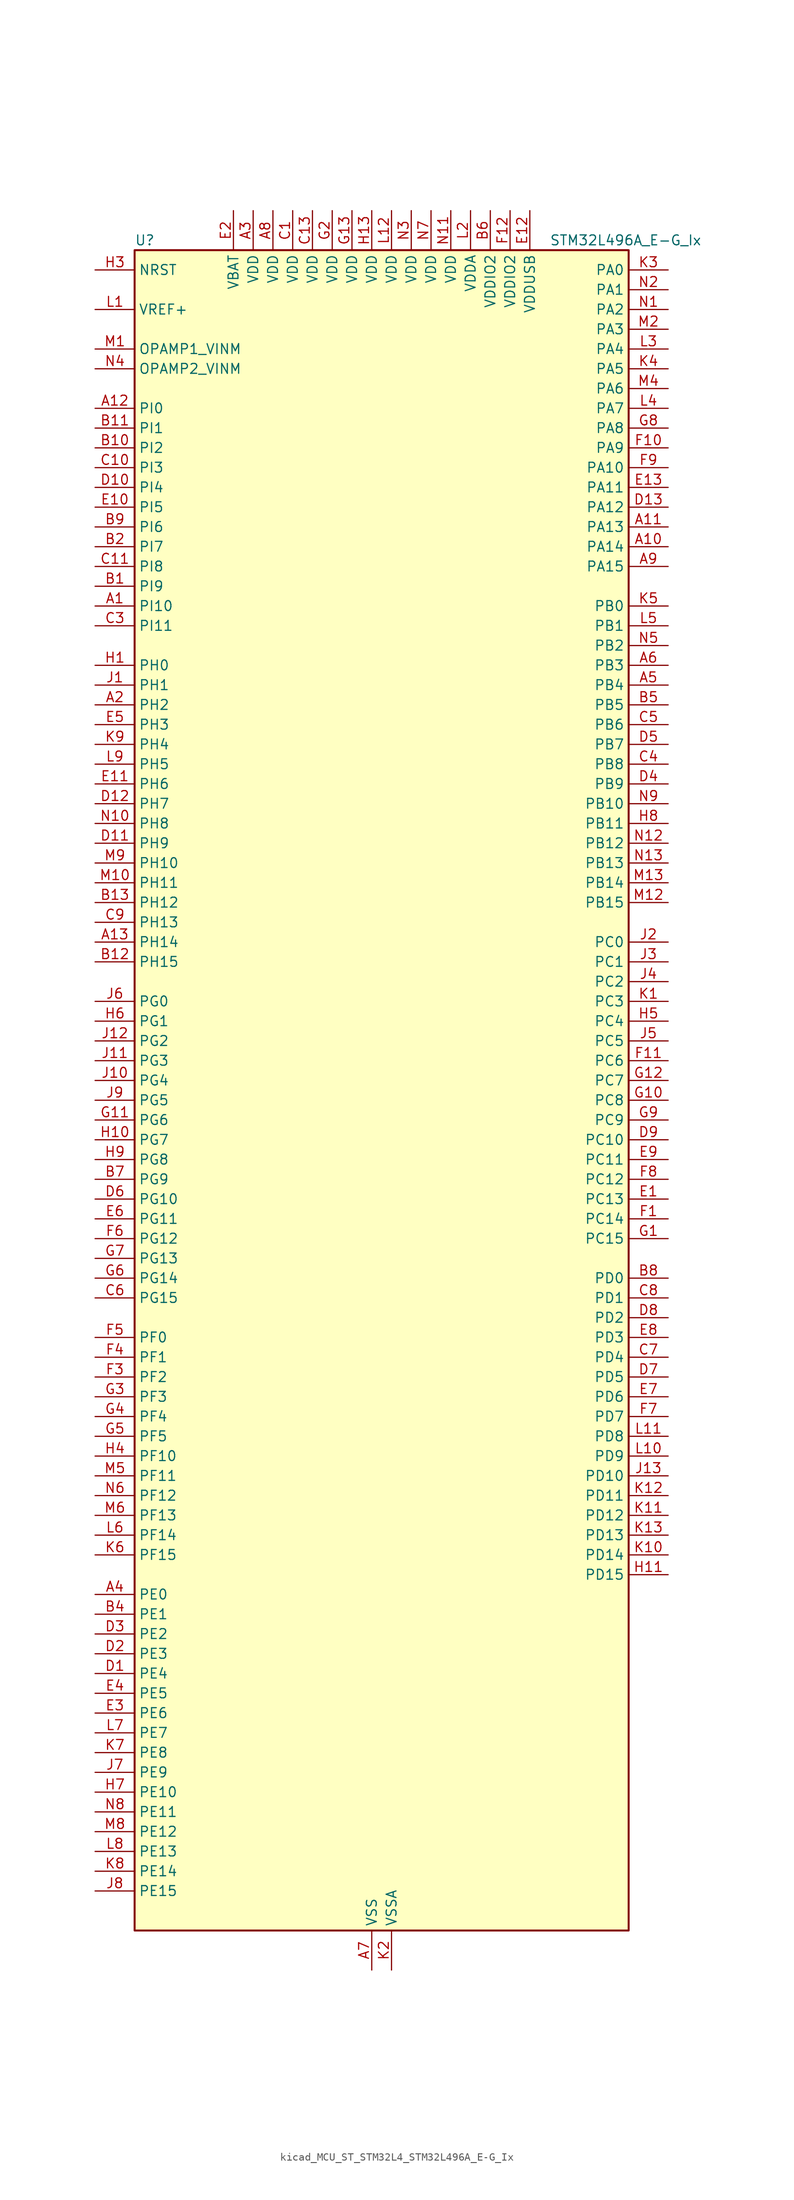
<source format=kicad_sym>
(kicad_symbol_lib
  (version 20220914)
  (generator kicad_symbol_editor)
  (symbol "kicad_MCU_ST_STM32L4_STM32L496A_E-G_Ix"
    (property "Reference" "U"
      (at -30.48 110.49 0)
      (effects (font (size 1.27 1.27)) (justify left)))
    (property "Value" "STM32L496A_E-G_Ix"
      (at 22.86 110.49 0)
      (effects (font (size 1.27 1.27)) (justify left)))
    (property "ki_locked" ""
      (at 0 0 0)
      (effects (font (size 1.27 1.27))))
    (symbol "kicad_MCU_ST_STM32L4_STM32L496A_E-G_Ix_0_1"
      (rectangle (start -30.48 -106.68) (end 33.02 109.22) (stroke (width 0.254) (type default)) (fill (type background))))
    (symbol "kicad_MCU_ST_STM32L4_STM32L496A_E-G_Ix_1_1"
      (pin bidirectional line (at -35.56 63.5 0) (length 5.08) (name "PI10" (effects (font (size 1.27 1.27)))) (number "A1" (effects (font (size 1.27 1.27)))))
      (pin bidirectional line (at 38.1 71.12 180) (length 5.08) (name "PA14" (effects (font (size 1.27 1.27)))) (number "A10" (effects (font (size 1.27 1.27)))) (alternate "I2C1_SMBA" bidirectional line) (alternate "I2C4_SMBA" bidirectional line) (alternate "LPTIM1_OUT" bidirectional line) (alternate "SAI1_FS_B" bidirectional line) (alternate "SWPMI1_RX" bidirectional line) (alternate "SYS_JTCK-SWCLK" bidirectional line) (alternate "USB_OTG_FS_SOF" bidirectional line))
      (pin bidirectional line (at 38.1 73.66 180) (length 5.08) (name "PA13" (effects (font (size 1.27 1.27)))) (number "A11" (effects (font (size 1.27 1.27)))) (alternate "IR_OUT" bidirectional line) (alternate "SAI1_SD_B" bidirectional line) (alternate "SWPMI1_TX" bidirectional line) (alternate "SYS_JTMS-SWDIO" bidirectional line) (alternate "USB_OTG_FS_NOE" bidirectional line))
      (pin bidirectional line (at -35.56 88.9 0) (length 5.08) (name "PI0" (effects (font (size 1.27 1.27)))) (number "A12" (effects (font (size 1.27 1.27)))) (alternate "DCMI_D13" bidirectional line) (alternate "SPI2_NSS" bidirectional line) (alternate "TIM5_CH4" bidirectional line))
      (pin bidirectional line (at -35.56 20.32 0) (length 5.08) (name "PH14" (effects (font (size 1.27 1.27)))) (number "A13" (effects (font (size 1.27 1.27)))) (alternate "DCMI_D4" bidirectional line) (alternate "TIM8_CH2N" bidirectional line))
      (pin bidirectional line (at -35.56 50.8 0) (length 5.08) (name "PH2" (effects (font (size 1.27 1.27)))) (number "A2" (effects (font (size 1.27 1.27)))) (alternate "QUADSPI_BK2_IO0" bidirectional line))
      (pin power_in line (at -15.24 114.3 270) (length 5.08) (name "VDD" (effects (font (size 1.27 1.27)))) (number "A3" (effects (font (size 1.27 1.27)))))
      (pin bidirectional line (at -35.56 -63.5 0) (length 5.08) (name "PE0" (effects (font (size 1.27 1.27)))) (number "A4" (effects (font (size 1.27 1.27)))) (alternate "DCMI_D2" bidirectional line) (alternate "FMC_NBL0" bidirectional line) (alternate "LCD_SEG36" bidirectional line) (alternate "TIM16_CH1" bidirectional line) (alternate "TIM4_ETR" bidirectional line))
      (pin bidirectional line (at 38.1 53.34 180) (length 5.08) (name "PB4" (effects (font (size 1.27 1.27)))) (number "A5" (effects (font (size 1.27 1.27)))) (alternate "COMP2_INP" bidirectional line) (alternate "DCMI_D12" bidirectional line) (alternate "I2C3_SDA" bidirectional line) (alternate "LCD_SEG8" bidirectional line) (alternate "SAI1_MCLK_B" bidirectional line) (alternate "SPI1_MISO" bidirectional line) (alternate "SPI3_MISO" bidirectional line) (alternate "SYS_JTRST" bidirectional line) (alternate "TIM17_BKIN" bidirectional line) (alternate "TIM3_CH1" bidirectional line) (alternate "TSC_G2_IO1" bidirectional line) (alternate "UART5_DE" bidirectional line) (alternate "UART5_RTS" bidirectional line) (alternate "USART1_CTS" bidirectional line))
      (pin bidirectional line (at 38.1 55.88 180) (length 5.08) (name "PB3" (effects (font (size 1.27 1.27)))) (number "A6" (effects (font (size 1.27 1.27)))) (alternate "COMP2_INM" bidirectional line) (alternate "CRS_SYNC" bidirectional line) (alternate "LCD_SEG7" bidirectional line) (alternate "SAI1_SCK_B" bidirectional line) (alternate "SPI1_SCK" bidirectional line) (alternate "SPI3_SCK" bidirectional line) (alternate "SYS_JTDO-SWO" bidirectional line) (alternate "TIM2_CH2" bidirectional line) (alternate "USART1_DE" bidirectional line) (alternate "USART1_RTS" bidirectional line))
      (pin power_in line (at 0 -111.76 90) (length 5.08) (name "VSS" (effects (font (size 1.27 1.27)))) (number "A7" (effects (font (size 1.27 1.27)))))
      (pin power_in line (at -12.7 114.3 270) (length 5.08) (name "VDD" (effects (font (size 1.27 1.27)))) (number "A8" (effects (font (size 1.27 1.27)))))
      (pin bidirectional line (at 38.1 68.58 180) (length 5.08) (name "PA15" (effects (font (size 1.27 1.27)))) (number "A9" (effects (font (size 1.27 1.27)))) (alternate "ADC1_EXTI15" bidirectional line) (alternate "ADC2_EXTI15" bidirectional line) (alternate "ADC3_EXTI15" bidirectional line) (alternate "LCD_SEG17" bidirectional line) (alternate "SAI2_FS_B" bidirectional line) (alternate "SPI1_NSS" bidirectional line) (alternate "SPI3_NSS" bidirectional line) (alternate "SWPMI1_SUSPEND" bidirectional line) (alternate "SYS_JTDI" bidirectional line) (alternate "TIM2_CH1" bidirectional line) (alternate "TIM2_ETR" bidirectional line) (alternate "TSC_G3_IO1" bidirectional line) (alternate "UART4_DE" bidirectional line) (alternate "UART4_RTS" bidirectional line) (alternate "USART2_RX" bidirectional line) (alternate "USART3_DE" bidirectional line) (alternate "USART3_RTS" bidirectional line))
      (pin bidirectional line (at -35.56 66.04 0) (length 5.08) (name "PI9" (effects (font (size 1.27 1.27)))) (number "B1" (effects (font (size 1.27 1.27)))) (alternate "CAN1_RX" bidirectional line) (alternate "DAC1_EXTI9" bidirectional line))
      (pin bidirectional line (at -35.56 83.82 0) (length 5.08) (name "PI2" (effects (font (size 1.27 1.27)))) (number "B10" (effects (font (size 1.27 1.27)))) (alternate "DCMI_D9" bidirectional line) (alternate "SPI2_MISO" bidirectional line) (alternate "TIM8_CH4" bidirectional line))
      (pin bidirectional line (at -35.56 86.36 0) (length 5.08) (name "PI1" (effects (font (size 1.27 1.27)))) (number "B11" (effects (font (size 1.27 1.27)))) (alternate "DCMI_D8" bidirectional line) (alternate "SPI2_SCK" bidirectional line))
      (pin bidirectional line (at -35.56 17.78 0) (length 5.08) (name "PH15" (effects (font (size 1.27 1.27)))) (number "B12" (effects (font (size 1.27 1.27)))) (alternate "ADC1_EXTI15" bidirectional line) (alternate "ADC2_EXTI15" bidirectional line) (alternate "ADC3_EXTI15" bidirectional line) (alternate "DCMI_D11" bidirectional line) (alternate "TIM8_CH3N" bidirectional line))
      (pin bidirectional line (at -35.56 25.4 0) (length 5.08) (name "PH12" (effects (font (size 1.27 1.27)))) (number "B13" (effects (font (size 1.27 1.27)))) (alternate "DCMI_D3" bidirectional line) (alternate "TIM5_CH3" bidirectional line))
      (pin bidirectional line (at -35.56 71.12 0) (length 5.08) (name "PI7" (effects (font (size 1.27 1.27)))) (number "B2" (effects (font (size 1.27 1.27)))) (alternate "DCMI_D7" bidirectional line) (alternate "TIM8_CH3" bidirectional line))
      (pin passive line (at 0 -111.76 90) (length 5.08) hide (name "VSS" (effects (font (size 1.27 1.27)))) (number "B3" (effects (font (size 1.27 1.27)))))
      (pin bidirectional line (at -35.56 -66.04 0) (length 5.08) (name "PE1" (effects (font (size 1.27 1.27)))) (number "B4" (effects (font (size 1.27 1.27)))) (alternate "DCMI_D3" bidirectional line) (alternate "FMC_NBL1" bidirectional line) (alternate "LCD_SEG37" bidirectional line) (alternate "TIM17_CH1" bidirectional line))
      (pin bidirectional line (at 38.1 50.8 180) (length 5.08) (name "PB5" (effects (font (size 1.27 1.27)))) (number "B5" (effects (font (size 1.27 1.27)))) (alternate "CAN2_RX" bidirectional line) (alternate "COMP2_OUT" bidirectional line) (alternate "DCMI_D10" bidirectional line) (alternate "I2C1_SMBA" bidirectional line) (alternate "LCD_SEG9" bidirectional line) (alternate "LPTIM1_IN1" bidirectional line) (alternate "SAI1_SD_B" bidirectional line) (alternate "SPI1_MOSI" bidirectional line) (alternate "SPI3_MOSI" bidirectional line) (alternate "TIM16_BKIN" bidirectional line) (alternate "TIM3_CH2" bidirectional line) (alternate "TSC_G2_IO2" bidirectional line) (alternate "UART5_CTS" bidirectional line) (alternate "USART1_CK" bidirectional line))
      (pin power_in line (at 15.24 114.3 270) (length 5.08) (name "VDDIO2" (effects (font (size 1.27 1.27)))) (number "B6" (effects (font (size 1.27 1.27)))))
      (pin bidirectional line (at -35.56 -10.16 0) (length 5.08) (name "PG9" (effects (font (size 1.27 1.27)))) (number "B7" (effects (font (size 1.27 1.27)))) (alternate "DAC1_EXTI9" bidirectional line) (alternate "FMC_NCE" bidirectional line) (alternate "FMC_NE2" bidirectional line) (alternate "SAI2_SCK_A" bidirectional line) (alternate "SPI3_SCK" bidirectional line) (alternate "TIM15_CH1N" bidirectional line) (alternate "USART1_TX" bidirectional line))
      (pin bidirectional line (at 38.1 -22.86 180) (length 5.08) (name "PD0" (effects (font (size 1.27 1.27)))) (number "B8" (effects (font (size 1.27 1.27)))) (alternate "CAN1_RX" bidirectional line) (alternate "DFSDM1_DATIN7" bidirectional line) (alternate "FMC_D2" bidirectional line) (alternate "FMC_DA2" bidirectional line) (alternate "SPI2_NSS" bidirectional line))
      (pin bidirectional line (at -35.56 73.66 0) (length 5.08) (name "PI6" (effects (font (size 1.27 1.27)))) (number "B9" (effects (font (size 1.27 1.27)))) (alternate "DCMI_D6" bidirectional line) (alternate "TIM8_CH2" bidirectional line))
      (pin power_in line (at -10.16 114.3 270) (length 5.08) (name "VDD" (effects (font (size 1.27 1.27)))) (number "C1" (effects (font (size 1.27 1.27)))))
      (pin bidirectional line (at -35.56 81.28 0) (length 5.08) (name "PI3" (effects (font (size 1.27 1.27)))) (number "C10" (effects (font (size 1.27 1.27)))) (alternate "DCMI_D10" bidirectional line) (alternate "SPI2_MOSI" bidirectional line) (alternate "TIM8_ETR" bidirectional line))
      (pin bidirectional line (at -35.56 68.58 0) (length 5.08) (name "PI8" (effects (font (size 1.27 1.27)))) (number "C11" (effects (font (size 1.27 1.27)))) (alternate "DCMI_D12" bidirectional line))
      (pin passive line (at 0 -111.76 90) (length 5.08) hide (name "VSS" (effects (font (size 1.27 1.27)))) (number "C12" (effects (font (size 1.27 1.27)))))
      (pin power_in line (at -7.62 114.3 270) (length 5.08) (name "VDD" (effects (font (size 1.27 1.27)))) (number "C13" (effects (font (size 1.27 1.27)))))
      (pin passive line (at 0 -111.76 90) (length 5.08) hide (name "VSS" (effects (font (size 1.27 1.27)))) (number "C2" (effects (font (size 1.27 1.27)))))
      (pin bidirectional line (at -35.56 60.96 0) (length 5.08) (name "PI11" (effects (font (size 1.27 1.27)))) (number "C3" (effects (font (size 1.27 1.27)))) (alternate "ADC1_EXTI11" bidirectional line) (alternate "ADC2_EXTI11" bidirectional line) (alternate "ADC3_EXTI11" bidirectional line))
      (pin bidirectional line (at 38.1 43.18 180) (length 5.08) (name "PB8" (effects (font (size 1.27 1.27)))) (number "C4" (effects (font (size 1.27 1.27)))) (alternate "CAN1_RX" bidirectional line) (alternate "DCMI_D6" bidirectional line) (alternate "DFSDM1_DATIN6" bidirectional line) (alternate "I2C1_SCL" bidirectional line) (alternate "LCD_SEG16" bidirectional line) (alternate "SAI1_MCLK_A" bidirectional line) (alternate "SDMMC1_D4" bidirectional line) (alternate "TIM16_CH1" bidirectional line) (alternate "TIM4_CH3" bidirectional line))
      (pin bidirectional line (at 38.1 48.26 180) (length 5.08) (name "PB6" (effects (font (size 1.27 1.27)))) (number "C5" (effects (font (size 1.27 1.27)))) (alternate "CAN2_TX" bidirectional line) (alternate "COMP2_INP" bidirectional line) (alternate "DCMI_D5" bidirectional line) (alternate "DFSDM1_DATIN5" bidirectional line) (alternate "I2C1_SCL" bidirectional line) (alternate "I2C4_SCL" bidirectional line) (alternate "LPTIM1_ETR" bidirectional line) (alternate "SAI1_FS_B" bidirectional line) (alternate "TIM16_CH1N" bidirectional line) (alternate "TIM4_CH1" bidirectional line) (alternate "TIM8_BKIN2" bidirectional line) (alternate "TIM8_BKIN2_COMP2" bidirectional line) (alternate "TSC_G2_IO3" bidirectional line) (alternate "USART1_TX" bidirectional line))
      (pin bidirectional line (at -35.56 -25.4 0) (length 5.08) (name "PG15" (effects (font (size 1.27 1.27)))) (number "C6" (effects (font (size 1.27 1.27)))) (alternate "ADC1_EXTI15" bidirectional line) (alternate "ADC2_EXTI15" bidirectional line) (alternate "ADC3_EXTI15" bidirectional line) (alternate "DCMI_D13" bidirectional line) (alternate "I2C1_SMBA" bidirectional line) (alternate "LPTIM1_OUT" bidirectional line))
      (pin bidirectional line (at 38.1 -33.02 180) (length 5.08) (name "PD4" (effects (font (size 1.27 1.27)))) (number "C7" (effects (font (size 1.27 1.27)))) (alternate "DFSDM1_CKIN0" bidirectional line) (alternate "FMC_NOE" bidirectional line) (alternate "QUADSPI_BK2_IO0" bidirectional line) (alternate "SPI2_MOSI" bidirectional line) (alternate "USART2_DE" bidirectional line) (alternate "USART2_RTS" bidirectional line))
      (pin bidirectional line (at 38.1 -25.4 180) (length 5.08) (name "PD1" (effects (font (size 1.27 1.27)))) (number "C8" (effects (font (size 1.27 1.27)))) (alternate "CAN1_TX" bidirectional line) (alternate "DFSDM1_CKIN7" bidirectional line) (alternate "FMC_D3" bidirectional line) (alternate "FMC_DA3" bidirectional line) (alternate "SPI2_SCK" bidirectional line))
      (pin bidirectional line (at -35.56 22.86 0) (length 5.08) (name "PH13" (effects (font (size 1.27 1.27)))) (number "C9" (effects (font (size 1.27 1.27)))) (alternate "CAN1_TX" bidirectional line) (alternate "TIM8_CH1N" bidirectional line))
      (pin bidirectional line (at -35.56 -73.66 0) (length 5.08) (name "PE4" (effects (font (size 1.27 1.27)))) (number "D1" (effects (font (size 1.27 1.27)))) (alternate "DCMI_D4" bidirectional line) (alternate "DFSDM1_DATIN3" bidirectional line) (alternate "FMC_A20" bidirectional line) (alternate "SAI1_FS_A" bidirectional line) (alternate "SYS_TRACED1" bidirectional line) (alternate "TIM3_CH2" bidirectional line) (alternate "TSC_G7_IO3" bidirectional line))
      (pin bidirectional line (at -35.56 78.74 0) (length 5.08) (name "PI4" (effects (font (size 1.27 1.27)))) (number "D10" (effects (font (size 1.27 1.27)))) (alternate "DCMI_D5" bidirectional line) (alternate "TIM8_BKIN" bidirectional line))
      (pin bidirectional line (at -35.56 33.02 0) (length 5.08) (name "PH9" (effects (font (size 1.27 1.27)))) (number "D11" (effects (font (size 1.27 1.27)))) (alternate "DAC1_EXTI9" bidirectional line) (alternate "DCMI_D0" bidirectional line) (alternate "I2C3_SMBA" bidirectional line))
      (pin bidirectional line (at -35.56 38.1 0) (length 5.08) (name "PH7" (effects (font (size 1.27 1.27)))) (number "D12" (effects (font (size 1.27 1.27)))) (alternate "DCMI_D9" bidirectional line) (alternate "I2C3_SCL" bidirectional line))
      (pin bidirectional line (at 38.1 76.2 180) (length 5.08) (name "PA12" (effects (font (size 1.27 1.27)))) (number "D13" (effects (font (size 1.27 1.27)))) (alternate "CAN1_TX" bidirectional line) (alternate "SPI1_MOSI" bidirectional line) (alternate "TIM1_ETR" bidirectional line) (alternate "USART1_DE" bidirectional line) (alternate "USART1_RTS" bidirectional line) (alternate "USB_OTG_FS_DP" bidirectional line))
      (pin bidirectional line (at -35.56 -71.12 0) (length 5.08) (name "PE3" (effects (font (size 1.27 1.27)))) (number "D2" (effects (font (size 1.27 1.27)))) (alternate "FMC_A19" bidirectional line) (alternate "LCD_SEG39" bidirectional line) (alternate "SAI1_SD_B" bidirectional line) (alternate "SYS_TRACED0" bidirectional line) (alternate "TIM3_CH1" bidirectional line) (alternate "TSC_G7_IO2" bidirectional line))
      (pin bidirectional line (at -35.56 -68.58 0) (length 5.08) (name "PE2" (effects (font (size 1.27 1.27)))) (number "D3" (effects (font (size 1.27 1.27)))) (alternate "FMC_A23" bidirectional line) (alternate "LCD_SEG38" bidirectional line) (alternate "SAI1_MCLK_A" bidirectional line) (alternate "SYS_TRACECLK" bidirectional line) (alternate "TIM3_ETR" bidirectional line) (alternate "TSC_G7_IO1" bidirectional line))
      (pin bidirectional line (at 38.1 40.64 180) (length 5.08) (name "PB9" (effects (font (size 1.27 1.27)))) (number "D4" (effects (font (size 1.27 1.27)))) (alternate "CAN1_TX" bidirectional line) (alternate "DAC1_EXTI9" bidirectional line) (alternate "DCMI_D7" bidirectional line) (alternate "DFSDM1_CKIN6" bidirectional line) (alternate "I2C1_SDA" bidirectional line) (alternate "IR_OUT" bidirectional line) (alternate "LCD_COM3" bidirectional line) (alternate "SAI1_FS_A" bidirectional line) (alternate "SDMMC1_D5" bidirectional line) (alternate "SPI2_NSS" bidirectional line) (alternate "TIM17_CH1" bidirectional line) (alternate "TIM4_CH4" bidirectional line))
      (pin bidirectional line (at 38.1 45.72 180) (length 5.08) (name "PB7" (effects (font (size 1.27 1.27)))) (number "D5" (effects (font (size 1.27 1.27)))) (alternate "COMP2_INM" bidirectional line) (alternate "DCMI_VSYNC" bidirectional line) (alternate "DFSDM1_CKIN5" bidirectional line) (alternate "FMC_NL" bidirectional line) (alternate "I2C1_SDA" bidirectional line) (alternate "I2C4_SDA" bidirectional line) (alternate "LCD_SEG21" bidirectional line) (alternate "LPTIM1_IN2" bidirectional line) (alternate "SYS_PVD_IN" bidirectional line) (alternate "TIM17_CH1N" bidirectional line) (alternate "TIM4_CH2" bidirectional line) (alternate "TIM8_BKIN" bidirectional line) (alternate "TIM8_BKIN_COMP1" bidirectional line) (alternate "TSC_G2_IO4" bidirectional line) (alternate "UART4_CTS" bidirectional line) (alternate "USART1_RX" bidirectional line))
      (pin bidirectional line (at -35.56 -12.7 0) (length 5.08) (name "PG10" (effects (font (size 1.27 1.27)))) (number "D6" (effects (font (size 1.27 1.27)))) (alternate "FMC_NE3" bidirectional line) (alternate "LPTIM1_IN1" bidirectional line) (alternate "SAI2_FS_A" bidirectional line) (alternate "SPI3_MISO" bidirectional line) (alternate "TIM15_CH1" bidirectional line) (alternate "USART1_RX" bidirectional line))
      (pin bidirectional line (at 38.1 -35.56 180) (length 5.08) (name "PD5" (effects (font (size 1.27 1.27)))) (number "D7" (effects (font (size 1.27 1.27)))) (alternate "FMC_NWE" bidirectional line) (alternate "QUADSPI_BK2_IO1" bidirectional line) (alternate "USART2_TX" bidirectional line))
      (pin bidirectional line (at 38.1 -27.94 180) (length 5.08) (name "PD2" (effects (font (size 1.27 1.27)))) (number "D8" (effects (font (size 1.27 1.27)))) (alternate "DCMI_D11" bidirectional line) (alternate "LCD_COM7" bidirectional line) (alternate "LCD_SEG31" bidirectional line) (alternate "LCD_SEG43" bidirectional line) (alternate "SDMMC1_CMD" bidirectional line) (alternate "SYS_TRACED2" bidirectional line) (alternate "TIM3_ETR" bidirectional line) (alternate "TSC_SYNC" bidirectional line) (alternate "UART5_RX" bidirectional line) (alternate "USART3_DE" bidirectional line) (alternate "USART3_RTS" bidirectional line))
      (pin bidirectional line (at 38.1 -5.08 180) (length 5.08) (name "PC10" (effects (font (size 1.27 1.27)))) (number "D9" (effects (font (size 1.27 1.27)))) (alternate "DCMI_D8" bidirectional line) (alternate "LCD_COM4" bidirectional line) (alternate "LCD_SEG28" bidirectional line) (alternate "LCD_SEG40" bidirectional line) (alternate "SAI2_SCK_B" bidirectional line) (alternate "SDMMC1_D2" bidirectional line) (alternate "SPI3_SCK" bidirectional line) (alternate "SYS_TRACED1" bidirectional line) (alternate "TSC_G3_IO2" bidirectional line) (alternate "UART4_TX" bidirectional line) (alternate "USART3_TX" bidirectional line))
      (pin bidirectional line (at 38.1 -12.7 180) (length 5.08) (name "PC13" (effects (font (size 1.27 1.27)))) (number "E1" (effects (font (size 1.27 1.27)))) (alternate "RTC_OUT_ALARM" bidirectional line) (alternate "RTC_OUT_CALIB" bidirectional line) (alternate "RTC_TAMP1" bidirectional line) (alternate "RTC_TS" bidirectional line) (alternate "SYS_WKUP2" bidirectional line))
      (pin bidirectional line (at -35.56 76.2 0) (length 5.08) (name "PI5" (effects (font (size 1.27 1.27)))) (number "E10" (effects (font (size 1.27 1.27)))) (alternate "DCMI_VSYNC" bidirectional line) (alternate "TIM8_CH1" bidirectional line))
      (pin bidirectional line (at -35.56 40.64 0) (length 5.08) (name "PH6" (effects (font (size 1.27 1.27)))) (number "E11" (effects (font (size 1.27 1.27)))) (alternate "DCMI_D8" bidirectional line) (alternate "I2C2_SMBA" bidirectional line))
      (pin power_in line (at 20.32 114.3 270) (length 5.08) (name "VDDUSB" (effects (font (size 1.27 1.27)))) (number "E12" (effects (font (size 1.27 1.27)))))
      (pin bidirectional line (at 38.1 78.74 180) (length 5.08) (name "PA11" (effects (font (size 1.27 1.27)))) (number "E13" (effects (font (size 1.27 1.27)))) (alternate "ADC1_EXTI11" bidirectional line) (alternate "ADC2_EXTI11" bidirectional line) (alternate "ADC3_EXTI11" bidirectional line) (alternate "CAN1_RX" bidirectional line) (alternate "SPI1_MISO" bidirectional line) (alternate "TIM1_BKIN2" bidirectional line) (alternate "TIM1_BKIN2_COMP1" bidirectional line) (alternate "TIM1_CH4" bidirectional line) (alternate "USART1_CTS" bidirectional line) (alternate "USB_OTG_FS_DM" bidirectional line))
      (pin power_in line (at -17.78 114.3 270) (length 5.08) (name "VBAT" (effects (font (size 1.27 1.27)))) (number "E2" (effects (font (size 1.27 1.27)))))
      (pin bidirectional line (at -35.56 -78.74 0) (length 5.08) (name "PE6" (effects (font (size 1.27 1.27)))) (number "E3" (effects (font (size 1.27 1.27)))) (alternate "DCMI_D7" bidirectional line) (alternate "FMC_A22" bidirectional line) (alternate "RTC_TAMP3" bidirectional line) (alternate "SAI1_SD_A" bidirectional line) (alternate "SYS_TRACED3" bidirectional line) (alternate "SYS_WKUP3" bidirectional line) (alternate "TIM3_CH4" bidirectional line))
      (pin bidirectional line (at -35.56 -76.2 0) (length 5.08) (name "PE5" (effects (font (size 1.27 1.27)))) (number "E4" (effects (font (size 1.27 1.27)))) (alternate "DCMI_D6" bidirectional line) (alternate "DFSDM1_CKIN3" bidirectional line) (alternate "FMC_A21" bidirectional line) (alternate "SAI1_SCK_A" bidirectional line) (alternate "SYS_TRACED2" bidirectional line) (alternate "TIM3_CH3" bidirectional line) (alternate "TSC_G7_IO4" bidirectional line))
      (pin bidirectional line (at -35.56 48.26 0) (length 5.08) (name "PH3" (effects (font (size 1.27 1.27)))) (number "E5" (effects (font (size 1.27 1.27)))))
      (pin bidirectional line (at -35.56 -15.24 0) (length 5.08) (name "PG11" (effects (font (size 1.27 1.27)))) (number "E6" (effects (font (size 1.27 1.27)))) (alternate "ADC1_EXTI11" bidirectional line) (alternate "ADC2_EXTI11" bidirectional line) (alternate "ADC3_EXTI11" bidirectional line) (alternate "LPTIM1_IN2" bidirectional line) (alternate "SAI2_MCLK_A" bidirectional line) (alternate "SPI3_MOSI" bidirectional line) (alternate "TIM15_CH2" bidirectional line) (alternate "USART1_CTS" bidirectional line))
      (pin bidirectional line (at 38.1 -38.1 180) (length 5.08) (name "PD6" (effects (font (size 1.27 1.27)))) (number "E7" (effects (font (size 1.27 1.27)))) (alternate "DCMI_D10" bidirectional line) (alternate "DFSDM1_DATIN1" bidirectional line) (alternate "FMC_NWAIT" bidirectional line) (alternate "QUADSPI_BK2_IO1" bidirectional line) (alternate "QUADSPI_BK2_IO2" bidirectional line) (alternate "SAI1_SD_A" bidirectional line) (alternate "USART2_RX" bidirectional line))
      (pin bidirectional line (at 38.1 -30.48 180) (length 5.08) (name "PD3" (effects (font (size 1.27 1.27)))) (number "E8" (effects (font (size 1.27 1.27)))) (alternate "DCMI_D5" bidirectional line) (alternate "DFSDM1_DATIN0" bidirectional line) (alternate "FMC_CLK" bidirectional line) (alternate "QUADSPI_BK2_NCS" bidirectional line) (alternate "SPI2_MISO" bidirectional line) (alternate "SPI2_SCK" bidirectional line) (alternate "USART2_CTS" bidirectional line))
      (pin bidirectional line (at 38.1 -7.62 180) (length 5.08) (name "PC11" (effects (font (size 1.27 1.27)))) (number "E9" (effects (font (size 1.27 1.27)))) (alternate "ADC1_EXTI11" bidirectional line) (alternate "ADC2_EXTI11" bidirectional line) (alternate "ADC3_EXTI11" bidirectional line) (alternate "DCMI_D4" bidirectional line) (alternate "LCD_COM5" bidirectional line) (alternate "LCD_SEG29" bidirectional line) (alternate "LCD_SEG41" bidirectional line) (alternate "QUADSPI_BK2_NCS" bidirectional line) (alternate "SAI2_MCLK_B" bidirectional line) (alternate "SDMMC1_D3" bidirectional line) (alternate "SPI3_MISO" bidirectional line) (alternate "TSC_G3_IO3" bidirectional line) (alternate "UART4_RX" bidirectional line) (alternate "USART3_RX" bidirectional line))
      (pin bidirectional line (at 38.1 -15.24 180) (length 5.08) (name "PC14" (effects (font (size 1.27 1.27)))) (number "F1" (effects (font (size 1.27 1.27)))) (alternate "RCC_OSC32_IN" bidirectional line))
      (pin bidirectional line (at 38.1 83.82 180) (length 5.08) (name "PA9" (effects (font (size 1.27 1.27)))) (number "F10" (effects (font (size 1.27 1.27)))) (alternate "DAC1_EXTI9" bidirectional line) (alternate "DCMI_D0" bidirectional line) (alternate "LCD_COM1" bidirectional line) (alternate "SAI1_FS_A" bidirectional line) (alternate "SPI2_SCK" bidirectional line) (alternate "TIM15_BKIN" bidirectional line) (alternate "TIM1_CH2" bidirectional line) (alternate "USART1_TX" bidirectional line) (alternate "USB_OTG_FS_VBUS" bidirectional line))
      (pin bidirectional line (at 38.1 5.08 180) (length 5.08) (name "PC6" (effects (font (size 1.27 1.27)))) (number "F11" (effects (font (size 1.27 1.27)))) (alternate "DCMI_D0" bidirectional line) (alternate "DFSDM1_CKIN3" bidirectional line) (alternate "LCD_SEG24" bidirectional line) (alternate "SAI2_MCLK_A" bidirectional line) (alternate "SDMMC1_D6" bidirectional line) (alternate "TIM3_CH1" bidirectional line) (alternate "TIM8_CH1" bidirectional line) (alternate "TSC_G4_IO1" bidirectional line))
      (pin power_in line (at 17.78 114.3 270) (length 5.08) (name "VDDIO2" (effects (font (size 1.27 1.27)))) (number "F12" (effects (font (size 1.27 1.27)))))
      (pin passive line (at 0 -111.76 90) (length 5.08) hide (name "VSS" (effects (font (size 1.27 1.27)))) (number "F13" (effects (font (size 1.27 1.27)))))
      (pin passive line (at 0 -111.76 90) (length 5.08) hide (name "VSS" (effects (font (size 1.27 1.27)))) (number "F2" (effects (font (size 1.27 1.27)))))
      (pin bidirectional line (at -35.56 -35.56 0) (length 5.08) (name "PF2" (effects (font (size 1.27 1.27)))) (number "F3" (effects (font (size 1.27 1.27)))) (alternate "FMC_A2" bidirectional line) (alternate "I2C2_SMBA" bidirectional line))
      (pin bidirectional line (at -35.56 -33.02 0) (length 5.08) (name "PF1" (effects (font (size 1.27 1.27)))) (number "F4" (effects (font (size 1.27 1.27)))) (alternate "FMC_A1" bidirectional line) (alternate "I2C2_SCL" bidirectional line))
      (pin bidirectional line (at -35.56 -30.48 0) (length 5.08) (name "PF0" (effects (font (size 1.27 1.27)))) (number "F5" (effects (font (size 1.27 1.27)))) (alternate "FMC_A0" bidirectional line) (alternate "I2C2_SDA" bidirectional line))
      (pin bidirectional line (at -35.56 -17.78 0) (length 5.08) (name "PG12" (effects (font (size 1.27 1.27)))) (number "F6" (effects (font (size 1.27 1.27)))) (alternate "FMC_NE4" bidirectional line) (alternate "LPTIM1_ETR" bidirectional line) (alternate "SAI2_SD_A" bidirectional line) (alternate "SPI3_NSS" bidirectional line) (alternate "USART1_DE" bidirectional line) (alternate "USART1_RTS" bidirectional line))
      (pin bidirectional line (at 38.1 -40.64 180) (length 5.08) (name "PD7" (effects (font (size 1.27 1.27)))) (number "F7" (effects (font (size 1.27 1.27)))) (alternate "DFSDM1_CKIN1" bidirectional line) (alternate "FMC_NE1" bidirectional line) (alternate "QUADSPI_BK2_IO3" bidirectional line) (alternate "USART2_CK" bidirectional line))
      (pin bidirectional line (at 38.1 -10.16 180) (length 5.08) (name "PC12" (effects (font (size 1.27 1.27)))) (number "F8" (effects (font (size 1.27 1.27)))) (alternate "DCMI_D9" bidirectional line) (alternate "LCD_COM6" bidirectional line) (alternate "LCD_SEG30" bidirectional line) (alternate "LCD_SEG42" bidirectional line) (alternate "SAI2_SD_B" bidirectional line) (alternate "SDMMC1_CK" bidirectional line) (alternate "SPI3_MOSI" bidirectional line) (alternate "SYS_TRACED3" bidirectional line) (alternate "TSC_G3_IO4" bidirectional line) (alternate "UART5_TX" bidirectional line) (alternate "USART3_CK" bidirectional line))
      (pin bidirectional line (at 38.1 81.28 180) (length 5.08) (name "PA10" (effects (font (size 1.27 1.27)))) (number "F9" (effects (font (size 1.27 1.27)))) (alternate "DCMI_D1" bidirectional line) (alternate "LCD_COM2" bidirectional line) (alternate "SAI1_SD_A" bidirectional line) (alternate "TIM17_BKIN" bidirectional line) (alternate "TIM1_CH3" bidirectional line) (alternate "USART1_RX" bidirectional line) (alternate "USB_OTG_FS_ID" bidirectional line))
      (pin bidirectional line (at 38.1 -17.78 180) (length 5.08) (name "PC15" (effects (font (size 1.27 1.27)))) (number "G1" (effects (font (size 1.27 1.27)))) (alternate "ADC1_EXTI15" bidirectional line) (alternate "ADC2_EXTI15" bidirectional line) (alternate "ADC3_EXTI15" bidirectional line) (alternate "RCC_OSC32_OUT" bidirectional line))
      (pin bidirectional line (at 38.1 0 180) (length 5.08) (name "PC8" (effects (font (size 1.27 1.27)))) (number "G10" (effects (font (size 1.27 1.27)))) (alternate "DCMI_D2" bidirectional line) (alternate "LCD_SEG26" bidirectional line) (alternate "SDMMC1_D0" bidirectional line) (alternate "TIM3_CH3" bidirectional line) (alternate "TIM8_CH3" bidirectional line) (alternate "TSC_G4_IO3" bidirectional line))
      (pin bidirectional line (at -35.56 -2.54 0) (length 5.08) (name "PG6" (effects (font (size 1.27 1.27)))) (number "G11" (effects (font (size 1.27 1.27)))) (alternate "I2C3_SMBA" bidirectional line) (alternate "LPUART1_DE" bidirectional line) (alternate "LPUART1_RTS" bidirectional line))
      (pin bidirectional line (at 38.1 2.54 180) (length 5.08) (name "PC7" (effects (font (size 1.27 1.27)))) (number "G12" (effects (font (size 1.27 1.27)))) (alternate "DCMI_D1" bidirectional line) (alternate "DFSDM1_DATIN3" bidirectional line) (alternate "LCD_SEG25" bidirectional line) (alternate "SAI2_MCLK_B" bidirectional line) (alternate "SDMMC1_D7" bidirectional line) (alternate "TIM3_CH2" bidirectional line) (alternate "TIM8_CH2" bidirectional line) (alternate "TSC_G4_IO2" bidirectional line))
      (pin power_in line (at -2.54 114.3 270) (length 5.08) (name "VDD" (effects (font (size 1.27 1.27)))) (number "G13" (effects (font (size 1.27 1.27)))))
      (pin power_in line (at -5.08 114.3 270) (length 5.08) (name "VDD" (effects (font (size 1.27 1.27)))) (number "G2" (effects (font (size 1.27 1.27)))))
      (pin bidirectional line (at -35.56 -38.1 0) (length 5.08) (name "PF3" (effects (font (size 1.27 1.27)))) (number "G3" (effects (font (size 1.27 1.27)))) (alternate "ADC3_IN6" bidirectional line) (alternate "FMC_A3" bidirectional line))
      (pin bidirectional line (at -35.56 -40.64 0) (length 5.08) (name "PF4" (effects (font (size 1.27 1.27)))) (number "G4" (effects (font (size 1.27 1.27)))) (alternate "ADC3_IN7" bidirectional line) (alternate "FMC_A4" bidirectional line))
      (pin bidirectional line (at -35.56 -43.18 0) (length 5.08) (name "PF5" (effects (font (size 1.27 1.27)))) (number "G5" (effects (font (size 1.27 1.27)))) (alternate "ADC3_IN8" bidirectional line) (alternate "FMC_A5" bidirectional line))
      (pin bidirectional line (at -35.56 -22.86 0) (length 5.08) (name "PG14" (effects (font (size 1.27 1.27)))) (number "G6" (effects (font (size 1.27 1.27)))) (alternate "FMC_A25" bidirectional line) (alternate "I2C1_SCL" bidirectional line))
      (pin bidirectional line (at -35.56 -20.32 0) (length 5.08) (name "PG13" (effects (font (size 1.27 1.27)))) (number "G7" (effects (font (size 1.27 1.27)))) (alternate "FMC_A24" bidirectional line) (alternate "I2C1_SDA" bidirectional line) (alternate "USART1_CK" bidirectional line))
      (pin bidirectional line (at 38.1 86.36 180) (length 5.08) (name "PA8" (effects (font (size 1.27 1.27)))) (number "G8" (effects (font (size 1.27 1.27)))) (alternate "LCD_COM0" bidirectional line) (alternate "LPTIM2_OUT" bidirectional line) (alternate "RCC_MCO" bidirectional line) (alternate "SAI1_SCK_A" bidirectional line) (alternate "SWPMI1_IO" bidirectional line) (alternate "TIM1_CH1" bidirectional line) (alternate "USART1_CK" bidirectional line) (alternate "USB_OTG_FS_SOF" bidirectional line))
      (pin bidirectional line (at 38.1 -2.54 180) (length 5.08) (name "PC9" (effects (font (size 1.27 1.27)))) (number "G9" (effects (font (size 1.27 1.27)))) (alternate "DAC1_EXTI9" bidirectional line) (alternate "DCMI_D3" bidirectional line) (alternate "I2C3_SDA" bidirectional line) (alternate "LCD_SEG27" bidirectional line) (alternate "SAI2_EXTCLK" bidirectional line) (alternate "SDMMC1_D1" bidirectional line) (alternate "TIM3_CH4" bidirectional line) (alternate "TIM8_BKIN2" bidirectional line) (alternate "TIM8_BKIN2_COMP1" bidirectional line) (alternate "TIM8_CH4" bidirectional line) (alternate "TSC_G4_IO4" bidirectional line) (alternate "USB_OTG_FS_NOE" bidirectional line))
      (pin bidirectional line (at -35.56 55.88 0) (length 5.08) (name "PH0" (effects (font (size 1.27 1.27)))) (number "H1" (effects (font (size 1.27 1.27)))) (alternate "RCC_OSC_IN" bidirectional line))
      (pin bidirectional line (at -35.56 -5.08 0) (length 5.08) (name "PG7" (effects (font (size 1.27 1.27)))) (number "H10" (effects (font (size 1.27 1.27)))) (alternate "FMC_INT" bidirectional line) (alternate "I2C3_SCL" bidirectional line) (alternate "LPUART1_TX" bidirectional line) (alternate "SAI1_MCLK_A" bidirectional line))
      (pin bidirectional line (at 38.1 -60.96 180) (length 5.08) (name "PD15" (effects (font (size 1.27 1.27)))) (number "H11" (effects (font (size 1.27 1.27)))) (alternate "ADC1_EXTI15" bidirectional line) (alternate "ADC2_EXTI15" bidirectional line) (alternate "ADC3_EXTI15" bidirectional line) (alternate "FMC_D1" bidirectional line) (alternate "FMC_DA1" bidirectional line) (alternate "LCD_SEG35" bidirectional line) (alternate "TIM4_CH4" bidirectional line))
      (pin passive line (at 0 -111.76 90) (length 5.08) hide (name "VSS" (effects (font (size 1.27 1.27)))) (number "H12" (effects (font (size 1.27 1.27)))))
      (pin power_in line (at 0 114.3 270) (length 5.08) (name "VDD" (effects (font (size 1.27 1.27)))) (number "H13" (effects (font (size 1.27 1.27)))))
      (pin passive line (at 0 -111.76 90) (length 5.08) hide (name "VSS" (effects (font (size 1.27 1.27)))) (number "H2" (effects (font (size 1.27 1.27)))))
      (pin input line (at -35.56 106.68 0) (length 5.08) (name "NRST" (effects (font (size 1.27 1.27)))) (number "H3" (effects (font (size 1.27 1.27)))))
      (pin bidirectional line (at -35.56 -45.72 0) (length 5.08) (name "PF10" (effects (font (size 1.27 1.27)))) (number "H4" (effects (font (size 1.27 1.27)))) (alternate "ADC3_IN13" bidirectional line) (alternate "DCMI_D11" bidirectional line) (alternate "QUADSPI_CLK" bidirectional line) (alternate "TIM15_CH2" bidirectional line))
      (pin bidirectional line (at 38.1 10.16 180) (length 5.08) (name "PC4" (effects (font (size 1.27 1.27)))) (number "H5" (effects (font (size 1.27 1.27)))) (alternate "ADC1_IN13" bidirectional line) (alternate "ADC2_IN13" bidirectional line) (alternate "COMP1_INM" bidirectional line) (alternate "LCD_SEG22" bidirectional line) (alternate "QUADSPI_BK2_IO3" bidirectional line) (alternate "USART3_TX" bidirectional line))
      (pin bidirectional line (at -35.56 10.16 0) (length 5.08) (name "PG1" (effects (font (size 1.27 1.27)))) (number "H6" (effects (font (size 1.27 1.27)))) (alternate "FMC_A11" bidirectional line) (alternate "TSC_G8_IO4" bidirectional line))
      (pin bidirectional line (at -35.56 -88.9 0) (length 5.08) (name "PE10" (effects (font (size 1.27 1.27)))) (number "H7" (effects (font (size 1.27 1.27)))) (alternate "DFSDM1_DATIN4" bidirectional line) (alternate "FMC_D7" bidirectional line) (alternate "FMC_DA7" bidirectional line) (alternate "QUADSPI_CLK" bidirectional line) (alternate "SAI1_MCLK_B" bidirectional line) (alternate "TIM1_CH2N" bidirectional line) (alternate "TSC_G5_IO1" bidirectional line))
      (pin bidirectional line (at 38.1 35.56 180) (length 5.08) (name "PB11" (effects (font (size 1.27 1.27)))) (number "H8" (effects (font (size 1.27 1.27)))) (alternate "ADC1_EXTI11" bidirectional line) (alternate "ADC2_EXTI11" bidirectional line) (alternate "ADC3_EXTI11" bidirectional line) (alternate "COMP2_OUT" bidirectional line) (alternate "DFSDM1_CKIN7" bidirectional line) (alternate "I2C2_SDA" bidirectional line) (alternate "I2C4_SDA" bidirectional line) (alternate "LCD_SEG11" bidirectional line) (alternate "LPUART1_TX" bidirectional line) (alternate "QUADSPI_BK1_NCS" bidirectional line) (alternate "TIM2_CH4" bidirectional line) (alternate "USART3_RX" bidirectional line))
      (pin bidirectional line (at -35.56 -7.62 0) (length 5.08) (name "PG8" (effects (font (size 1.27 1.27)))) (number "H9" (effects (font (size 1.27 1.27)))) (alternate "I2C3_SDA" bidirectional line) (alternate "LPUART1_RX" bidirectional line))
      (pin bidirectional line (at -35.56 53.34 0) (length 5.08) (name "PH1" (effects (font (size 1.27 1.27)))) (number "J1" (effects (font (size 1.27 1.27)))) (alternate "RCC_OSC_OUT" bidirectional line))
      (pin bidirectional line (at -35.56 2.54 0) (length 5.08) (name "PG4" (effects (font (size 1.27 1.27)))) (number "J10" (effects (font (size 1.27 1.27)))) (alternate "FMC_A14" bidirectional line) (alternate "SAI2_MCLK_B" bidirectional line) (alternate "SPI1_MOSI" bidirectional line))
      (pin bidirectional line (at -35.56 5.08 0) (length 5.08) (name "PG3" (effects (font (size 1.27 1.27)))) (number "J11" (effects (font (size 1.27 1.27)))) (alternate "FMC_A13" bidirectional line) (alternate "SAI2_FS_B" bidirectional line) (alternate "SPI1_MISO" bidirectional line))
      (pin bidirectional line (at -35.56 7.62 0) (length 5.08) (name "PG2" (effects (font (size 1.27 1.27)))) (number "J12" (effects (font (size 1.27 1.27)))) (alternate "FMC_A12" bidirectional line) (alternate "SAI2_SCK_B" bidirectional line) (alternate "SPI1_SCK" bidirectional line))
      (pin bidirectional line (at 38.1 -48.26 180) (length 5.08) (name "PD10" (effects (font (size 1.27 1.27)))) (number "J13" (effects (font (size 1.27 1.27)))) (alternate "FMC_D15" bidirectional line) (alternate "FMC_DA15" bidirectional line) (alternate "LCD_SEG30" bidirectional line) (alternate "SAI2_SCK_A" bidirectional line) (alternate "TSC_G6_IO1" bidirectional line) (alternate "USART3_CK" bidirectional line))
      (pin bidirectional line (at 38.1 20.32 180) (length 5.08) (name "PC0" (effects (font (size 1.27 1.27)))) (number "J2" (effects (font (size 1.27 1.27)))) (alternate "ADC1_IN1" bidirectional line) (alternate "ADC2_IN1" bidirectional line) (alternate "ADC3_IN1" bidirectional line) (alternate "DFSDM1_DATIN4" bidirectional line) (alternate "I2C3_SCL" bidirectional line) (alternate "I2C4_SCL" bidirectional line) (alternate "LCD_SEG18" bidirectional line) (alternate "LPTIM1_IN1" bidirectional line) (alternate "LPTIM2_IN1" bidirectional line) (alternate "LPUART1_RX" bidirectional line))
      (pin bidirectional line (at 38.1 17.78 180) (length 5.08) (name "PC1" (effects (font (size 1.27 1.27)))) (number "J3" (effects (font (size 1.27 1.27)))) (alternate "ADC1_IN2" bidirectional line) (alternate "ADC2_IN2" bidirectional line) (alternate "ADC3_IN2" bidirectional line) (alternate "DFSDM1_CKIN4" bidirectional line) (alternate "I2C3_SDA" bidirectional line) (alternate "I2C4_SDA" bidirectional line) (alternate "LCD_SEG19" bidirectional line) (alternate "LPTIM1_OUT" bidirectional line) (alternate "LPUART1_TX" bidirectional line) (alternate "QUADSPI_BK2_IO0" bidirectional line) (alternate "SAI1_SD_A" bidirectional line) (alternate "SPI2_MOSI" bidirectional line) (alternate "SYS_TRACED0" bidirectional line))
      (pin bidirectional line (at 38.1 15.24 180) (length 5.08) (name "PC2" (effects (font (size 1.27 1.27)))) (number "J4" (effects (font (size 1.27 1.27)))) (alternate "ADC1_IN3" bidirectional line) (alternate "ADC2_IN3" bidirectional line) (alternate "ADC3_IN3" bidirectional line) (alternate "DFSDM1_CKOUT" bidirectional line) (alternate "LCD_SEG20" bidirectional line) (alternate "LPTIM1_IN2" bidirectional line) (alternate "QUADSPI_BK2_IO1" bidirectional line) (alternate "SPI2_MISO" bidirectional line))
      (pin bidirectional line (at 38.1 7.62 180) (length 5.08) (name "PC5" (effects (font (size 1.27 1.27)))) (number "J5" (effects (font (size 1.27 1.27)))) (alternate "ADC1_IN14" bidirectional line) (alternate "ADC2_IN14" bidirectional line) (alternate "COMP1_INP" bidirectional line) (alternate "LCD_SEG23" bidirectional line) (alternate "SYS_WKUP5" bidirectional line) (alternate "USART3_RX" bidirectional line))
      (pin bidirectional line (at -35.56 12.7 0) (length 5.08) (name "PG0" (effects (font (size 1.27 1.27)))) (number "J6" (effects (font (size 1.27 1.27)))) (alternate "FMC_A10" bidirectional line) (alternate "TSC_G8_IO3" bidirectional line))
      (pin bidirectional line (at -35.56 -86.36 0) (length 5.08) (name "PE9" (effects (font (size 1.27 1.27)))) (number "J7" (effects (font (size 1.27 1.27)))) (alternate "DAC1_EXTI9" bidirectional line) (alternate "DFSDM1_CKOUT" bidirectional line) (alternate "FMC_D6" bidirectional line) (alternate "FMC_DA6" bidirectional line) (alternate "SAI1_FS_B" bidirectional line) (alternate "TIM1_CH1" bidirectional line))
      (pin bidirectional line (at -35.56 -101.6 0) (length 5.08) (name "PE15" (effects (font (size 1.27 1.27)))) (number "J8" (effects (font (size 1.27 1.27)))) (alternate "ADC1_EXTI15" bidirectional line) (alternate "ADC2_EXTI15" bidirectional line) (alternate "ADC3_EXTI15" bidirectional line) (alternate "FMC_D12" bidirectional line) (alternate "FMC_DA12" bidirectional line) (alternate "QUADSPI_BK1_IO3" bidirectional line) (alternate "SPI1_MOSI" bidirectional line) (alternate "TIM1_BKIN" bidirectional line) (alternate "TIM1_BKIN_COMP1" bidirectional line))
      (pin bidirectional line (at -35.56 0 0) (length 5.08) (name "PG5" (effects (font (size 1.27 1.27)))) (number "J9" (effects (font (size 1.27 1.27)))) (alternate "FMC_A15" bidirectional line) (alternate "LPUART1_CTS" bidirectional line) (alternate "SAI2_SD_B" bidirectional line) (alternate "SPI1_NSS" bidirectional line))
      (pin bidirectional line (at 38.1 12.7 180) (length 5.08) (name "PC3" (effects (font (size 1.27 1.27)))) (number "K1" (effects (font (size 1.27 1.27)))) (alternate "ADC1_IN4" bidirectional line) (alternate "ADC2_IN4" bidirectional line) (alternate "ADC3_IN4" bidirectional line) (alternate "LCD_VLCD" bidirectional line) (alternate "LPTIM1_ETR" bidirectional line) (alternate "LPTIM2_ETR" bidirectional line) (alternate "QUADSPI_BK2_IO2" bidirectional line) (alternate "SAI1_SD_A" bidirectional line) (alternate "SPI2_MOSI" bidirectional line))
      (pin bidirectional line (at 38.1 -58.42 180) (length 5.08) (name "PD14" (effects (font (size 1.27 1.27)))) (number "K10" (effects (font (size 1.27 1.27)))) (alternate "FMC_D0" bidirectional line) (alternate "FMC_DA0" bidirectional line) (alternate "LCD_SEG34" bidirectional line) (alternate "TIM4_CH3" bidirectional line))
      (pin bidirectional line (at 38.1 -53.34 180) (length 5.08) (name "PD12" (effects (font (size 1.27 1.27)))) (number "K11" (effects (font (size 1.27 1.27)))) (alternate "FMC_A17" bidirectional line) (alternate "FMC_ALE" bidirectional line) (alternate "I2C4_SCL" bidirectional line) (alternate "LCD_SEG32" bidirectional line) (alternate "LPTIM2_IN1" bidirectional line) (alternate "SAI2_FS_A" bidirectional line) (alternate "TIM4_CH1" bidirectional line) (alternate "TSC_G6_IO3" bidirectional line) (alternate "USART3_DE" bidirectional line) (alternate "USART3_RTS" bidirectional line))
      (pin bidirectional line (at 38.1 -50.8 180) (length 5.08) (name "PD11" (effects (font (size 1.27 1.27)))) (number "K12" (effects (font (size 1.27 1.27)))) (alternate "ADC1_EXTI11" bidirectional line) (alternate "ADC2_EXTI11" bidirectional line) (alternate "ADC3_EXTI11" bidirectional line) (alternate "FMC_A16" bidirectional line) (alternate "FMC_CLE" bidirectional line) (alternate "I2C4_SMBA" bidirectional line) (alternate "LCD_SEG31" bidirectional line) (alternate "LPTIM2_ETR" bidirectional line) (alternate "SAI2_SD_A" bidirectional line) (alternate "TSC_G6_IO2" bidirectional line) (alternate "USART3_CTS" bidirectional line))
      (pin bidirectional line (at 38.1 -55.88 180) (length 5.08) (name "PD13" (effects (font (size 1.27 1.27)))) (number "K13" (effects (font (size 1.27 1.27)))) (alternate "FMC_A18" bidirectional line) (alternate "I2C4_SDA" bidirectional line) (alternate "LCD_SEG33" bidirectional line) (alternate "LPTIM2_OUT" bidirectional line) (alternate "TIM4_CH2" bidirectional line) (alternate "TSC_G6_IO4" bidirectional line))
      (pin power_in line (at 2.54 -111.76 90) (length 5.08) (name "VSSA" (effects (font (size 1.27 1.27)))) (number "K2" (effects (font (size 1.27 1.27)))))
      (pin bidirectional line (at 38.1 106.68 180) (length 5.08) (name "PA0" (effects (font (size 1.27 1.27)))) (number "K3" (effects (font (size 1.27 1.27)))) (alternate "ADC1_IN5" bidirectional line) (alternate "ADC2_IN5" bidirectional line) (alternate "OPAMP1_VINP" bidirectional line) (alternate "RTC_TAMP2" bidirectional line) (alternate "SAI1_EXTCLK" bidirectional line) (alternate "SYS_WKUP1" bidirectional line) (alternate "TIM2_CH1" bidirectional line) (alternate "TIM2_ETR" bidirectional line) (alternate "TIM5_CH1" bidirectional line) (alternate "TIM8_ETR" bidirectional line) (alternate "UART4_TX" bidirectional line) (alternate "USART2_CTS" bidirectional line))
      (pin bidirectional line (at 38.1 93.98 180) (length 5.08) (name "PA5" (effects (font (size 1.27 1.27)))) (number "K4" (effects (font (size 1.27 1.27)))) (alternate "ADC1_IN10" bidirectional line) (alternate "ADC2_IN10" bidirectional line) (alternate "DAC1_OUT2" bidirectional line) (alternate "LPTIM2_ETR" bidirectional line) (alternate "SPI1_SCK" bidirectional line) (alternate "TIM2_CH1" bidirectional line) (alternate "TIM2_ETR" bidirectional line) (alternate "TIM8_CH1N" bidirectional line))
      (pin bidirectional line (at 38.1 63.5 180) (length 5.08) (name "PB0" (effects (font (size 1.27 1.27)))) (number "K5" (effects (font (size 1.27 1.27)))) (alternate "ADC1_IN15" bidirectional line) (alternate "ADC2_IN15" bidirectional line) (alternate "COMP1_OUT" bidirectional line) (alternate "LCD_SEG5" bidirectional line) (alternate "OPAMP2_VOUT" bidirectional line) (alternate "QUADSPI_BK1_IO1" bidirectional line) (alternate "SAI1_EXTCLK" bidirectional line) (alternate "SPI1_NSS" bidirectional line) (alternate "TIM1_CH2N" bidirectional line) (alternate "TIM3_CH3" bidirectional line) (alternate "TIM8_CH2N" bidirectional line) (alternate "USART3_CK" bidirectional line))
      (pin bidirectional line (at -35.56 -58.42 0) (length 5.08) (name "PF15" (effects (font (size 1.27 1.27)))) (number "K6" (effects (font (size 1.27 1.27)))) (alternate "ADC1_EXTI15" bidirectional line) (alternate "ADC2_EXTI15" bidirectional line) (alternate "ADC3_EXTI15" bidirectional line) (alternate "FMC_A9" bidirectional line) (alternate "I2C4_SDA" bidirectional line) (alternate "TSC_G8_IO2" bidirectional line))
      (pin bidirectional line (at -35.56 -83.82 0) (length 5.08) (name "PE8" (effects (font (size 1.27 1.27)))) (number "K7" (effects (font (size 1.27 1.27)))) (alternate "DFSDM1_CKIN2" bidirectional line) (alternate "FMC_D5" bidirectional line) (alternate "FMC_DA5" bidirectional line) (alternate "SAI1_SCK_B" bidirectional line) (alternate "TIM1_CH1N" bidirectional line))
      (pin bidirectional line (at -35.56 -99.06 0) (length 5.08) (name "PE14" (effects (font (size 1.27 1.27)))) (number "K8" (effects (font (size 1.27 1.27)))) (alternate "FMC_D11" bidirectional line) (alternate "FMC_DA11" bidirectional line) (alternate "QUADSPI_BK1_IO2" bidirectional line) (alternate "SPI1_MISO" bidirectional line) (alternate "TIM1_BKIN2" bidirectional line) (alternate "TIM1_BKIN2_COMP2" bidirectional line) (alternate "TIM1_CH4" bidirectional line))
      (pin bidirectional line (at -35.56 45.72 0) (length 5.08) (name "PH4" (effects (font (size 1.27 1.27)))) (number "K9" (effects (font (size 1.27 1.27)))) (alternate "I2C2_SCL" bidirectional line))
      (pin input line (at -35.56 101.6 0) (length 5.08) (name "VREF+" (effects (font (size 1.27 1.27)))) (number "L1" (effects (font (size 1.27 1.27)))) (alternate "VREFBUF_OUT" bidirectional line))
      (pin bidirectional line (at 38.1 -45.72 180) (length 5.08) (name "PD9" (effects (font (size 1.27 1.27)))) (number "L10" (effects (font (size 1.27 1.27)))) (alternate "DAC1_EXTI9" bidirectional line) (alternate "DCMI_PIXCLK" bidirectional line) (alternate "FMC_D14" bidirectional line) (alternate "FMC_DA14" bidirectional line) (alternate "LCD_SEG29" bidirectional line) (alternate "SAI2_MCLK_A" bidirectional line) (alternate "USART3_RX" bidirectional line))
      (pin bidirectional line (at 38.1 -43.18 180) (length 5.08) (name "PD8" (effects (font (size 1.27 1.27)))) (number "L11" (effects (font (size 1.27 1.27)))) (alternate "DCMI_HSYNC" bidirectional line) (alternate "FMC_D13" bidirectional line) (alternate "FMC_DA13" bidirectional line) (alternate "LCD_SEG28" bidirectional line) (alternate "USART3_TX" bidirectional line))
      (pin power_in line (at 2.54 114.3 270) (length 5.08) (name "VDD" (effects (font (size 1.27 1.27)))) (number "L12" (effects (font (size 1.27 1.27)))))
      (pin passive line (at 0 -111.76 90) (length 5.08) hide (name "VSS" (effects (font (size 1.27 1.27)))) (number "L13" (effects (font (size 1.27 1.27)))))
      (pin power_in line (at 12.7 114.3 270) (length 5.08) (name "VDDA" (effects (font (size 1.27 1.27)))) (number "L2" (effects (font (size 1.27 1.27)))))
      (pin bidirectional line (at 38.1 96.52 180) (length 5.08) (name "PA4" (effects (font (size 1.27 1.27)))) (number "L3" (effects (font (size 1.27 1.27)))) (alternate "ADC1_IN9" bidirectional line) (alternate "ADC2_IN9" bidirectional line) (alternate "DAC1_OUT1" bidirectional line) (alternate "DCMI_HSYNC" bidirectional line) (alternate "LPTIM2_OUT" bidirectional line) (alternate "SAI1_FS_B" bidirectional line) (alternate "SPI1_NSS" bidirectional line) (alternate "SPI3_NSS" bidirectional line) (alternate "USART2_CK" bidirectional line))
      (pin bidirectional line (at 38.1 88.9 180) (length 5.08) (name "PA7" (effects (font (size 1.27 1.27)))) (number "L4" (effects (font (size 1.27 1.27)))) (alternate "ADC1_IN12" bidirectional line) (alternate "ADC2_IN12" bidirectional line) (alternate "I2C3_SCL" bidirectional line) (alternate "LCD_SEG4" bidirectional line) (alternate "QUADSPI_BK1_IO2" bidirectional line) (alternate "SPI1_MOSI" bidirectional line) (alternate "TIM17_CH1" bidirectional line) (alternate "TIM1_CH1N" bidirectional line) (alternate "TIM3_CH2" bidirectional line) (alternate "TIM8_CH1N" bidirectional line))
      (pin bidirectional line (at 38.1 60.96 180) (length 5.08) (name "PB1" (effects (font (size 1.27 1.27)))) (number "L5" (effects (font (size 1.27 1.27)))) (alternate "ADC1_IN16" bidirectional line) (alternate "ADC2_IN16" bidirectional line) (alternate "COMP1_INM" bidirectional line) (alternate "DFSDM1_DATIN0" bidirectional line) (alternate "LCD_SEG6" bidirectional line) (alternate "LPTIM2_IN1" bidirectional line) (alternate "LPUART1_DE" bidirectional line) (alternate "LPUART1_RTS" bidirectional line) (alternate "QUADSPI_BK1_IO0" bidirectional line) (alternate "TIM1_CH3N" bidirectional line) (alternate "TIM3_CH4" bidirectional line) (alternate "TIM8_CH3N" bidirectional line) (alternate "USART3_DE" bidirectional line) (alternate "USART3_RTS" bidirectional line))
      (pin bidirectional line (at -35.56 -55.88 0) (length 5.08) (name "PF14" (effects (font (size 1.27 1.27)))) (number "L6" (effects (font (size 1.27 1.27)))) (alternate "DFSDM1_CKIN6" bidirectional line) (alternate "FMC_A8" bidirectional line) (alternate "I2C4_SCL" bidirectional line) (alternate "TSC_G8_IO1" bidirectional line))
      (pin bidirectional line (at -35.56 -81.28 0) (length 5.08) (name "PE7" (effects (font (size 1.27 1.27)))) (number "L7" (effects (font (size 1.27 1.27)))) (alternate "DFSDM1_DATIN2" bidirectional line) (alternate "FMC_D4" bidirectional line) (alternate "FMC_DA4" bidirectional line) (alternate "SAI1_SD_B" bidirectional line) (alternate "TIM1_ETR" bidirectional line))
      (pin bidirectional line (at -35.56 -96.52 0) (length 5.08) (name "PE13" (effects (font (size 1.27 1.27)))) (number "L8" (effects (font (size 1.27 1.27)))) (alternate "DFSDM1_CKIN5" bidirectional line) (alternate "FMC_D10" bidirectional line) (alternate "FMC_DA10" bidirectional line) (alternate "QUADSPI_BK1_IO1" bidirectional line) (alternate "SPI1_SCK" bidirectional line) (alternate "TIM1_CH3" bidirectional line) (alternate "TSC_G5_IO4" bidirectional line))
      (pin bidirectional line (at -35.56 43.18 0) (length 5.08) (name "PH5" (effects (font (size 1.27 1.27)))) (number "L9" (effects (font (size 1.27 1.27)))) (alternate "DCMI_PIXCLK" bidirectional line) (alternate "I2C2_SDA" bidirectional line))
      (pin bidirectional line (at -35.56 96.52 0) (length 5.08) (name "OPAMP1_VINM" (effects (font (size 1.27 1.27)))) (number "M1" (effects (font (size 1.27 1.27)))) (alternate "OPAMP1_VINM" bidirectional line))
      (pin bidirectional line (at -35.56 27.94 0) (length 5.08) (name "PH11" (effects (font (size 1.27 1.27)))) (number "M10" (effects (font (size 1.27 1.27)))) (alternate "ADC1_EXTI11" bidirectional line) (alternate "ADC2_EXTI11" bidirectional line) (alternate "ADC3_EXTI11" bidirectional line) (alternate "DCMI_D2" bidirectional line) (alternate "TIM5_CH2" bidirectional line))
      (pin passive line (at 0 -111.76 90) (length 5.08) hide (name "VSS" (effects (font (size 1.27 1.27)))) (number "M11" (effects (font (size 1.27 1.27)))))
      (pin bidirectional line (at 38.1 25.4 180) (length 5.08) (name "PB15" (effects (font (size 1.27 1.27)))) (number "M12" (effects (font (size 1.27 1.27)))) (alternate "ADC1_EXTI15" bidirectional line) (alternate "ADC2_EXTI15" bidirectional line) (alternate "ADC3_EXTI15" bidirectional line) (alternate "DFSDM1_CKIN2" bidirectional line) (alternate "LCD_SEG15" bidirectional line) (alternate "RTC_REFIN" bidirectional line) (alternate "SAI2_SD_A" bidirectional line) (alternate "SPI2_MOSI" bidirectional line) (alternate "SWPMI1_SUSPEND" bidirectional line) (alternate "TIM15_CH2" bidirectional line) (alternate "TIM1_CH3N" bidirectional line) (alternate "TIM8_CH3N" bidirectional line) (alternate "TSC_G1_IO4" bidirectional line))
      (pin bidirectional line (at 38.1 27.94 180) (length 5.08) (name "PB14" (effects (font (size 1.27 1.27)))) (number "M13" (effects (font (size 1.27 1.27)))) (alternate "DFSDM1_DATIN2" bidirectional line) (alternate "I2C2_SDA" bidirectional line) (alternate "LCD_SEG14" bidirectional line) (alternate "SAI2_MCLK_A" bidirectional line) (alternate "SPI2_MISO" bidirectional line) (alternate "SWPMI1_RX" bidirectional line) (alternate "TIM15_CH1" bidirectional line) (alternate "TIM1_CH2N" bidirectional line) (alternate "TIM8_CH2N" bidirectional line) (alternate "TSC_G1_IO3" bidirectional line) (alternate "USART3_DE" bidirectional line) (alternate "USART3_RTS" bidirectional line))
      (pin bidirectional line (at 38.1 99.06 180) (length 5.08) (name "PA3" (effects (font (size 1.27 1.27)))) (number "M2" (effects (font (size 1.27 1.27)))) (alternate "ADC1_IN8" bidirectional line) (alternate "ADC2_IN8" bidirectional line) (alternate "LCD_SEG2" bidirectional line) (alternate "LPUART1_RX" bidirectional line) (alternate "OPAMP1_VOUT" bidirectional line) (alternate "QUADSPI_CLK" bidirectional line) (alternate "SAI1_MCLK_A" bidirectional line) (alternate "TIM15_CH2" bidirectional line) (alternate "TIM2_CH4" bidirectional line) (alternate "TIM5_CH4" bidirectional line) (alternate "USART2_RX" bidirectional line))
      (pin passive line (at 0 -111.76 90) (length 5.08) hide (name "VSS" (effects (font (size 1.27 1.27)))) (number "M3" (effects (font (size 1.27 1.27)))))
      (pin bidirectional line (at 38.1 91.44 180) (length 5.08) (name "PA6" (effects (font (size 1.27 1.27)))) (number "M4" (effects (font (size 1.27 1.27)))) (alternate "ADC1_IN11" bidirectional line) (alternate "ADC2_IN11" bidirectional line) (alternate "DCMI_PIXCLK" bidirectional line) (alternate "LCD_SEG3" bidirectional line) (alternate "LPUART1_CTS" bidirectional line) (alternate "OPAMP2_VINP" bidirectional line) (alternate "QUADSPI_BK1_IO3" bidirectional line) (alternate "SPI1_MISO" bidirectional line) (alternate "TIM16_CH1" bidirectional line) (alternate "TIM1_BKIN" bidirectional line) (alternate "TIM1_BKIN_COMP2" bidirectional line) (alternate "TIM3_CH1" bidirectional line) (alternate "TIM8_BKIN" bidirectional line) (alternate "TIM8_BKIN_COMP2" bidirectional line) (alternate "USART3_CTS" bidirectional line))
      (pin bidirectional line (at -35.56 -48.26 0) (length 5.08) (name "PF11" (effects (font (size 1.27 1.27)))) (number "M5" (effects (font (size 1.27 1.27)))) (alternate "ADC1_EXTI11" bidirectional line) (alternate "ADC2_EXTI11" bidirectional line) (alternate "ADC3_EXTI11" bidirectional line) (alternate "DCMI_D12" bidirectional line))
      (pin bidirectional line (at -35.56 -53.34 0) (length 5.08) (name "PF13" (effects (font (size 1.27 1.27)))) (number "M6" (effects (font (size 1.27 1.27)))) (alternate "DFSDM1_DATIN6" bidirectional line) (alternate "FMC_A7" bidirectional line) (alternate "I2C4_SMBA" bidirectional line))
      (pin passive line (at 0 -111.76 90) (length 5.08) hide (name "VSS" (effects (font (size 1.27 1.27)))) (number "M7" (effects (font (size 1.27 1.27)))))
      (pin bidirectional line (at -35.56 -93.98 0) (length 5.08) (name "PE12" (effects (font (size 1.27 1.27)))) (number "M8" (effects (font (size 1.27 1.27)))) (alternate "DFSDM1_DATIN5" bidirectional line) (alternate "FMC_D9" bidirectional line) (alternate "FMC_DA9" bidirectional line) (alternate "QUADSPI_BK1_IO0" bidirectional line) (alternate "SPI1_NSS" bidirectional line) (alternate "TIM1_CH3N" bidirectional line) (alternate "TSC_G5_IO3" bidirectional line))
      (pin bidirectional line (at -35.56 30.48 0) (length 5.08) (name "PH10" (effects (font (size 1.27 1.27)))) (number "M9" (effects (font (size 1.27 1.27)))) (alternate "DCMI_D1" bidirectional line) (alternate "TIM5_CH1" bidirectional line))
      (pin bidirectional line (at 38.1 101.6 180) (length 5.08) (name "PA2" (effects (font (size 1.27 1.27)))) (number "N1" (effects (font (size 1.27 1.27)))) (alternate "ADC1_IN7" bidirectional line) (alternate "ADC2_IN7" bidirectional line) (alternate "LCD_SEG1" bidirectional line) (alternate "LPUART1_TX" bidirectional line) (alternate "QUADSPI_BK1_NCS" bidirectional line) (alternate "RCC_LSCO" bidirectional line) (alternate "SAI2_EXTCLK" bidirectional line) (alternate "SYS_WKUP4" bidirectional line) (alternate "TIM15_CH1" bidirectional line) (alternate "TIM2_CH3" bidirectional line) (alternate "TIM5_CH3" bidirectional line) (alternate "USART2_TX" bidirectional line))
      (pin bidirectional line (at -35.56 35.56 0) (length 5.08) (name "PH8" (effects (font (size 1.27 1.27)))) (number "N10" (effects (font (size 1.27 1.27)))) (alternate "DCMI_HSYNC" bidirectional line) (alternate "I2C3_SDA" bidirectional line))
      (pin power_in line (at 10.16 114.3 270) (length 5.08) (name "VDD" (effects (font (size 1.27 1.27)))) (number "N11" (effects (font (size 1.27 1.27)))))
      (pin bidirectional line (at 38.1 33.02 180) (length 5.08) (name "PB12" (effects (font (size 1.27 1.27)))) (number "N12" (effects (font (size 1.27 1.27)))) (alternate "CAN2_RX" bidirectional line) (alternate "DFSDM1_DATIN1" bidirectional line) (alternate "I2C2_SMBA" bidirectional line) (alternate "LCD_SEG12" bidirectional line) (alternate "LPUART1_DE" bidirectional line) (alternate "LPUART1_RTS" bidirectional line) (alternate "SAI2_FS_A" bidirectional line) (alternate "SPI2_NSS" bidirectional line) (alternate "SWPMI1_IO" bidirectional line) (alternate "TIM15_BKIN" bidirectional line) (alternate "TIM1_BKIN" bidirectional line) (alternate "TIM1_BKIN_COMP2" bidirectional line) (alternate "TSC_G1_IO1" bidirectional line) (alternate "USART3_CK" bidirectional line))
      (pin bidirectional line (at 38.1 30.48 180) (length 5.08) (name "PB13" (effects (font (size 1.27 1.27)))) (number "N13" (effects (font (size 1.27 1.27)))) (alternate "CAN2_TX" bidirectional line) (alternate "DFSDM1_CKIN1" bidirectional line) (alternate "I2C2_SCL" bidirectional line) (alternate "LCD_SEG13" bidirectional line) (alternate "LPUART1_CTS" bidirectional line) (alternate "SAI2_SCK_A" bidirectional line) (alternate "SPI2_SCK" bidirectional line) (alternate "SWPMI1_TX" bidirectional line) (alternate "TIM15_CH1N" bidirectional line) (alternate "TIM1_CH1N" bidirectional line) (alternate "TSC_G1_IO2" bidirectional line) (alternate "USART3_CTS" bidirectional line))
      (pin bidirectional line (at 38.1 104.14 180) (length 5.08) (name "PA1" (effects (font (size 1.27 1.27)))) (number "N2" (effects (font (size 1.27 1.27)))) (alternate "ADC1_IN6" bidirectional line) (alternate "ADC2_IN6" bidirectional line) (alternate "I2C1_SMBA" bidirectional line) (alternate "LCD_SEG0" bidirectional line) (alternate "SPI1_SCK" bidirectional line) (alternate "TIM15_CH1N" bidirectional line) (alternate "TIM2_CH2" bidirectional line) (alternate "TIM5_CH2" bidirectional line) (alternate "UART4_RX" bidirectional line) (alternate "USART2_DE" bidirectional line) (alternate "USART2_RTS" bidirectional line))
      (pin power_in line (at 5.08 114.3 270) (length 5.08) (name "VDD" (effects (font (size 1.27 1.27)))) (number "N3" (effects (font (size 1.27 1.27)))))
      (pin bidirectional line (at -35.56 93.98 0) (length 5.08) (name "OPAMP2_VINM" (effects (font (size 1.27 1.27)))) (number "N4" (effects (font (size 1.27 1.27)))) (alternate "OPAMP2_VINM" bidirectional line))
      (pin bidirectional line (at 38.1 58.42 180) (length 5.08) (name "PB2" (effects (font (size 1.27 1.27)))) (number "N5" (effects (font (size 1.27 1.27)))) (alternate "COMP1_INP" bidirectional line) (alternate "DFSDM1_CKIN0" bidirectional line) (alternate "I2C3_SMBA" bidirectional line) (alternate "LCD_VLCD" bidirectional line) (alternate "LPTIM1_OUT" bidirectional line) (alternate "RTC_OUT_ALARM" bidirectional line) (alternate "RTC_OUT_CALIB" bidirectional line))
      (pin bidirectional line (at -35.56 -50.8 0) (length 5.08) (name "PF12" (effects (font (size 1.27 1.27)))) (number "N6" (effects (font (size 1.27 1.27)))) (alternate "FMC_A6" bidirectional line))
      (pin power_in line (at 7.62 114.3 270) (length 5.08) (name "VDD" (effects (font (size 1.27 1.27)))) (number "N7" (effects (font (size 1.27 1.27)))))
      (pin bidirectional line (at -35.56 -91.44 0) (length 5.08) (name "PE11" (effects (font (size 1.27 1.27)))) (number "N8" (effects (font (size 1.27 1.27)))) (alternate "ADC1_EXTI11" bidirectional line) (alternate "ADC2_EXTI11" bidirectional line) (alternate "ADC3_EXTI11" bidirectional line) (alternate "DFSDM1_CKIN4" bidirectional line) (alternate "FMC_D8" bidirectional line) (alternate "FMC_DA8" bidirectional line) (alternate "QUADSPI_BK1_NCS" bidirectional line) (alternate "TIM1_CH2" bidirectional line) (alternate "TSC_G5_IO2" bidirectional line))
      (pin bidirectional line (at 38.1 38.1 180) (length 5.08) (name "PB10" (effects (font (size 1.27 1.27)))) (number "N9" (effects (font (size 1.27 1.27)))) (alternate "COMP1_OUT" bidirectional line) (alternate "DFSDM1_DATIN7" bidirectional line) (alternate "I2C2_SCL" bidirectional line) (alternate "I2C4_SCL" bidirectional line) (alternate "LCD_SEG10" bidirectional line) (alternate "LPUART1_RX" bidirectional line) (alternate "QUADSPI_CLK" bidirectional line) (alternate "SAI1_SCK_A" bidirectional line) (alternate "SPI2_SCK" bidirectional line) (alternate "TIM2_CH3" bidirectional line) (alternate "TSC_SYNC" bidirectional line) (alternate "USART3_TX" bidirectional line)))))
</source>
